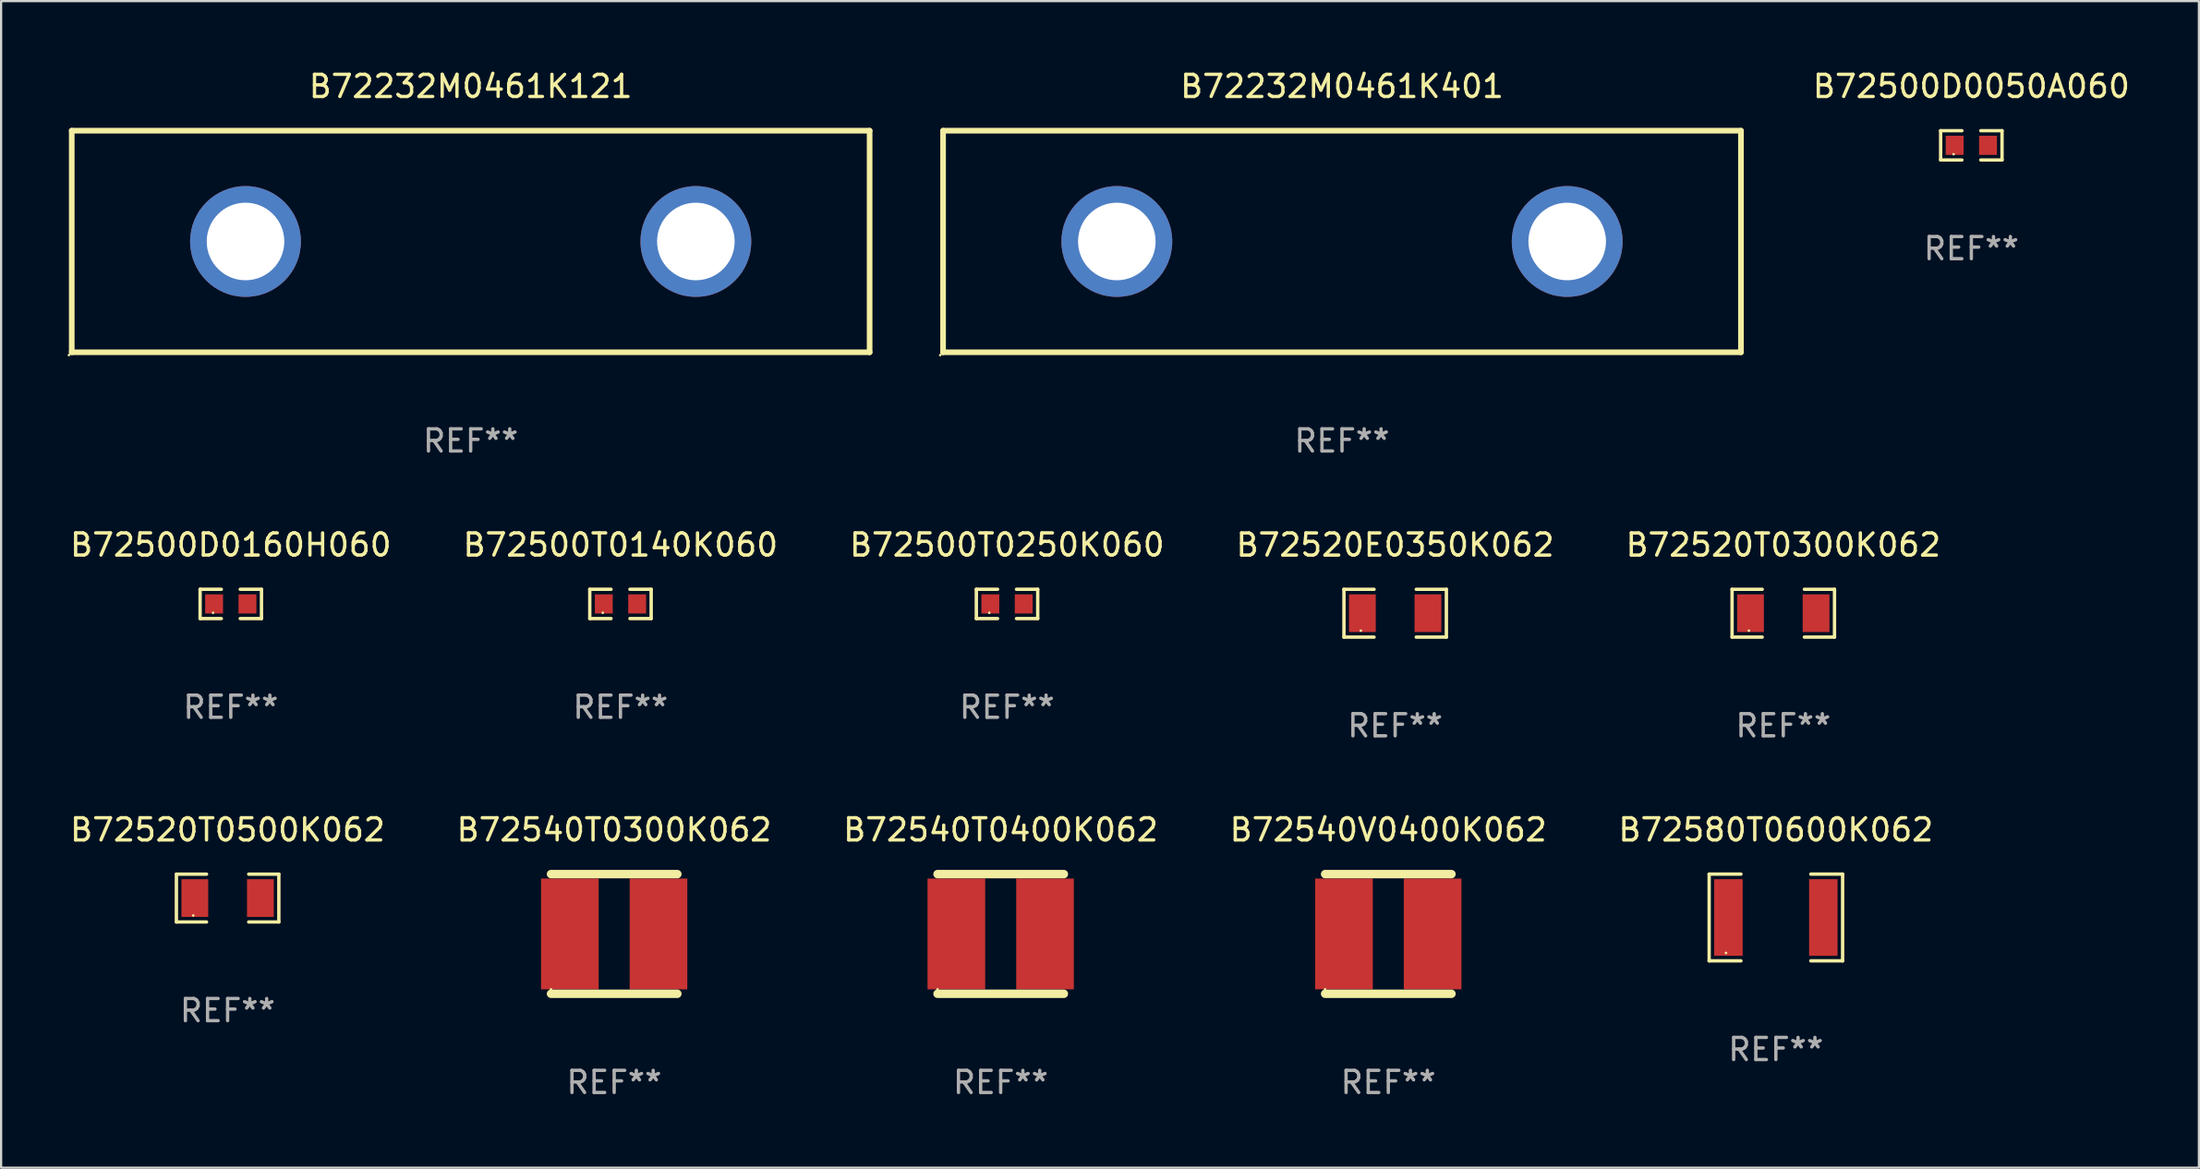
<source format=kicad_pcb>
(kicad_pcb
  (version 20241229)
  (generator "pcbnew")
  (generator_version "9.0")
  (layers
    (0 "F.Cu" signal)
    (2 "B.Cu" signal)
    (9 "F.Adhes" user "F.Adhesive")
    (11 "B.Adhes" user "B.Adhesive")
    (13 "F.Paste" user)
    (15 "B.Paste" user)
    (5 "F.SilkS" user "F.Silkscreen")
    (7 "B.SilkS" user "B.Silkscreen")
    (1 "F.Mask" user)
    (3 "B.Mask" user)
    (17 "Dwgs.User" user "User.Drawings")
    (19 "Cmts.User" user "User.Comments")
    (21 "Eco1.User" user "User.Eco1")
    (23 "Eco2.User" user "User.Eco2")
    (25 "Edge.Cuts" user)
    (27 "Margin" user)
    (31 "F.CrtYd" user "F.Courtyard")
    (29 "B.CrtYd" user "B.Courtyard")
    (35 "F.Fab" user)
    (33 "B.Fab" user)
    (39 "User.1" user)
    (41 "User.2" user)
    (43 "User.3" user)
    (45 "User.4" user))
  (footprint "B72500T0250K060"
    (layer "F.Cu")
    (at 42.387 24.205)
    (property "Reference" "B72500T0250K060" (at 0 -2.661 0) (layer "F.SilkS") (effects (font (size 1 1) (thickness 0.15))))
    (attr through_hole)
    (fp_line (start -1.385 -0.661) (end -0.426 -0.661) (stroke (width 0.152) (type solid)) (layer "F.SilkS"))
    (fp_line (start -1.385 0.661) (end -1.385 -0.661) (stroke (width 0.152) (type solid)) (layer "F.SilkS"))
    (fp_line (start -0.426 0.661) (end -1.385 0.661) (stroke (width 0.152) (type solid)) (layer "F.SilkS"))
    (fp_line (start 0.426 0.661) (end 1.385 0.661) (stroke (width 0.152) (type solid)) (layer "F.SilkS"))
    (fp_line (start 1.385 -0.661) (end 0.426 -0.661) (stroke (width 0.152) (type solid)) (layer "F.SilkS"))
    (fp_line (start 1.385 0.661) (end 1.385 -0.661) (stroke (width 0.152) (type solid)) (layer "F.SilkS"))
    (fp_circle (center -0.8 0.4) (end -0.77 0.4) (stroke (width 0.06) (type solid)) (fill no) (layer "F.SilkS"))
    (fp_text user "REF**" (at 0 4.661 0) (layer "F.Fab") (effects (font (size 1 1) (thickness 0.15))))
    (pad "1" smd rect (at -0.753 0) (size 0.806 0.864) (layers "F.Cu" "F.Mask" "F.Paste"))
    (pad "2" smd rect (at 0.753 0) (size 0.806 0.864) (layers "F.Cu" "F.Mask" "F.Paste")))
  (footprint "B72520E0350K062"
    (layer "F.Cu")
    (at 59.899 24.624)
    (property "Reference" "B72520E0350K062" (at 0 -3.079 0) (layer "F.SilkS") (effects (font (size 1 1) (thickness 0.15))))
    (attr through_hole)
    (fp_line (start -2.311 -1.079) (end -0.951 -1.079) (stroke (width 0.152) (type solid)) (layer "F.SilkS"))
    (fp_line (start -2.311 1.079) (end -2.311 -1.079) (stroke (width 0.152) (type solid)) (layer "F.SilkS"))
    (fp_line (start -0.951 1.079) (end -2.311 1.079) (stroke (width 0.152) (type solid)) (layer "F.SilkS"))
    (fp_line (start 0.951 1.079) (end 2.311 1.079) (stroke (width 0.152) (type solid)) (layer "F.SilkS"))
    (fp_line (start 2.311 -1.079) (end 0.951 -1.079) (stroke (width 0.152) (type solid)) (layer "F.SilkS"))
    (fp_line (start 2.311 1.079) (end 2.311 -1.079) (stroke (width 0.152) (type solid)) (layer "F.SilkS"))
    (fp_circle (center -1.55 0.787) (end -1.52 0.787) (stroke (width 0.06) (type solid)) (fill no) (layer "F.SilkS"))
    (fp_text user "REF**" (at 0 5.079 0) (layer "F.Fab") (effects (font (size 1 1) (thickness 0.15))))
    (pad "1" smd rect (at -1.479 0) (size 1.208 1.701) (layers "F.Cu" "F.Mask" "F.Paste"))
    (pad "2" smd rect (at 1.479 0) (size 1.208 1.701) (layers "F.Cu" "F.Mask" "F.Paste")))
  (footprint "B72232M0461K121"
    (layer "F.Cu")
    (at 18.187 7.848)
    (property "Reference" "B72232M0461K121" (at 0 -7 0) (layer "F.SilkS") (effects (font (size 1 1) (thickness 0.15))))
    (attr through_hole)
    (fp_line (start -18 -5) (end 18 -5) (stroke (width 0.254) (type solid)) (layer "F.SilkS"))
    (fp_line (start -18 5) (end -18 -5) (stroke (width 0.254) (type solid)) (layer "F.SilkS"))
    (fp_line (start 18 -5) (end 18 5) (stroke (width 0.254) (type solid)) (layer "F.SilkS"))
    (fp_line (start 18 5) (end -18 5) (stroke (width 0.254) (type solid)) (layer "F.SilkS"))
    (fp_circle (center -18.127 5.127) (end -18.097 5.127) (stroke (width 0.06) (type solid)) (fill no) (layer "F.SilkS"))
    (fp_text user "REF**" (at 0 9 0) (layer "F.Fab") (effects (font (size 1 1) (thickness 0.15))))
    (pad "1" thru_hole circle (at -10.16 0) (size 5 5) (drill 3.5) (layers "*.Cu" "*.Mask"))
    (pad "2" thru_hole circle (at 10.16 0) (size 5 5) (drill 3.5) (layers "*.Cu" "*.Mask")))
  (footprint "B72540V0400K062"
    (layer "F.Cu")
    (at 59.589 39.099)
    (property "Reference" "B72540V0400K062" (at 0 -4.7 0) (layer "F.SilkS") (effects (font (size 1 1) (thickness 0.15))))
    (attr through_hole)
    (fp_line (start -2.85 -2.7) (end 2.85 -2.7) (stroke (width 0.381) (type solid)) (layer "F.SilkS"))
    (fp_line (start 2.85 2.7) (end -2.85 2.7) (stroke (width 0.381) (type solid)) (layer "F.SilkS"))
    (fp_circle (center -2.85 2.5) (end -2.82 2.5) (stroke (width 0.06) (type solid)) (fill no) (layer "F.SilkS"))
    (fp_text user "REF**" (at 0 6.7 0) (layer "F.Fab") (effects (font (size 1 1) (thickness 0.15))))
    (pad "1" smd rect (at -2 0) (size 2.601 5) (layers "F.Cu" "F.Mask" "F.Paste"))
    (pad "2" smd rect (at 2 0) (size 2.601 5) (layers "F.Cu" "F.Mask" "F.Paste")))
  (footprint "B72580T0600K062"
    (layer "F.Cu")
    (at 77.077 38.356)
    (property "Reference" "B72580T0600K062" (at 0 -3.957 0) (layer "F.SilkS") (effects (font (size 1 1) (thickness 0.15))))
    (attr through_hole)
    (fp_line (start -3.011 -1.957) (end -1.576 -1.957) (stroke (width 0.152) (type solid)) (layer "F.SilkS"))
    (fp_line (start -3.011 1.957) (end -3.011 -1.957) (stroke (width 0.152) (type solid)) (layer "F.SilkS"))
    (fp_line (start -1.576 1.957) (end -3.011 1.957) (stroke (width 0.152) (type solid)) (layer "F.SilkS"))
    (fp_line (start 1.576 1.957) (end 3.011 1.957) (stroke (width 0.152) (type solid)) (layer "F.SilkS"))
    (fp_line (start 3.011 -1.957) (end 1.576 -1.957) (stroke (width 0.152) (type solid)) (layer "F.SilkS"))
    (fp_line (start 3.011 1.957) (end 3.011 -1.957) (stroke (width 0.152) (type solid)) (layer "F.SilkS"))
    (fp_circle (center -2.25 1.6) (end -2.22 1.6) (stroke (width 0.06) (type solid)) (fill no) (layer "F.SilkS"))
    (fp_text user "REF**" (at 0 5.957 0) (layer "F.Fab") (effects (font (size 1 1) (thickness 0.15))))
    (pad "1" smd rect (at -2.141 0) (size 1.283 3.456) (layers "F.Cu" "F.Mask" "F.Paste"))
    (pad "2" smd rect (at 2.141 0) (size 1.283 3.456) (layers "F.Cu" "F.Mask" "F.Paste")))
  (footprint "B72232M0461K401"
    (layer "F.Cu")
    (at 57.501 7.848)
    (property "Reference" "B72232M0461K401" (at 0 -7 0) (layer "F.SilkS") (effects (font (size 1 1) (thickness 0.15))))
    (attr through_hole)
    (fp_line (start -18 -5) (end 18 -5) (stroke (width 0.254) (type solid)) (layer "F.SilkS"))
    (fp_line (start -18 5) (end -18 -5) (stroke (width 0.254) (type solid)) (layer "F.SilkS"))
    (fp_line (start 18 -5) (end 18 5) (stroke (width 0.254) (type solid)) (layer "F.SilkS"))
    (fp_line (start 18 5) (end -18 5) (stroke (width 0.254) (type solid)) (layer "F.SilkS"))
    (fp_circle (center -18.127 5.127) (end -18.097 5.127) (stroke (width 0.06) (type solid)) (fill no) (layer "F.SilkS"))
    (fp_text user "REF**" (at 0 9 0) (layer "F.Fab") (effects (font (size 1 1) (thickness 0.15))))
    (pad "1" thru_hole circle (at -10.16 0) (size 5 5) (drill 3.5) (layers "*.Cu" "*.Mask"))
    (pad "2" thru_hole circle (at 10.16 0) (size 5 5) (drill 3.5) (layers "*.Cu" "*.Mask")))
  (footprint "B72500D0160H060"
    (layer "F.Cu")
    (at 7.363 24.205)
    (property "Reference" "B72500D0160H060" (at 0 -2.661 0) (layer "F.SilkS") (effects (font (size 1 1) (thickness 0.15))))
    (attr through_hole)
    (fp_line (start -1.385 -0.661) (end -0.426 -0.661) (stroke (width 0.152) (type solid)) (layer "F.SilkS"))
    (fp_line (start -1.385 0.661) (end -1.385 -0.661) (stroke (width 0.152) (type solid)) (layer "F.SilkS"))
    (fp_line (start -0.426 0.661) (end -1.385 0.661) (stroke (width 0.152) (type solid)) (layer "F.SilkS"))
    (fp_line (start 0.426 0.661) (end 1.385 0.661) (stroke (width 0.152) (type solid)) (layer "F.SilkS"))
    (fp_line (start 1.385 -0.661) (end 0.426 -0.661) (stroke (width 0.152) (type solid)) (layer "F.SilkS"))
    (fp_line (start 1.385 0.661) (end 1.385 -0.661) (stroke (width 0.152) (type solid)) (layer "F.SilkS"))
    (fp_circle (center -0.8 0.4) (end -0.77 0.4) (stroke (width 0.06) (type solid)) (fill no) (layer "F.SilkS"))
    (fp_text user "REF**" (at 0 4.661 0) (layer "F.Fab") (effects (font (size 1 1) (thickness 0.15))))
    (pad "1" smd rect (at -0.753 0) (size 0.806 0.864) (layers "F.Cu" "F.Mask" "F.Paste"))
    (pad "2" smd rect (at 0.753 0) (size 0.806 0.864) (layers "F.Cu" "F.Mask" "F.Paste")))
  (footprint "B72520T0500K062"
    (layer "F.Cu")
    (at 7.22 37.479)
    (property "Reference" "B72520T0500K062" (at 0 -3.079 0) (layer "F.SilkS") (effects (font (size 1 1) (thickness 0.15))))
    (attr through_hole)
    (fp_line (start -2.311 -1.079) (end -0.951 -1.079) (stroke (width 0.152) (type solid)) (layer "F.SilkS"))
    (fp_line (start -2.311 1.079) (end -2.311 -1.079) (stroke (width 0.152) (type solid)) (layer "F.SilkS"))
    (fp_line (start -0.951 1.079) (end -2.311 1.079) (stroke (width 0.152) (type solid)) (layer "F.SilkS"))
    (fp_line (start 0.951 1.079) (end 2.311 1.079) (stroke (width 0.152) (type solid)) (layer "F.SilkS"))
    (fp_line (start 2.311 -1.079) (end 0.951 -1.079) (stroke (width 0.152) (type solid)) (layer "F.SilkS"))
    (fp_line (start 2.311 1.079) (end 2.311 -1.079) (stroke (width 0.152) (type solid)) (layer "F.SilkS"))
    (fp_circle (center -1.55 0.787) (end -1.52 0.787) (stroke (width 0.06) (type solid)) (fill no) (layer "F.SilkS"))
    (fp_text user "REF**" (at 0 5.079 0) (layer "F.Fab") (effects (font (size 1 1) (thickness 0.15))))
    (pad "1" smd rect (at -1.479 0) (size 1.208 1.701) (layers "F.Cu" "F.Mask" "F.Paste"))
    (pad "2" smd rect (at 1.479 0) (size 1.208 1.701) (layers "F.Cu" "F.Mask" "F.Paste")))
  (footprint "B72500D0050A060"
    (layer "F.Cu")
    (at 85.896 3.509)
    (property "Reference" "B72500D0050A060" (at 0 -2.661 0) (layer "F.SilkS") (effects (font (size 1 1) (thickness 0.15))))
    (attr through_hole)
    (fp_line (start -1.385 -0.661) (end -0.426 -0.661) (stroke (width 0.152) (type solid)) (layer "F.SilkS"))
    (fp_line (start -1.385 0.661) (end -1.385 -0.661) (stroke (width 0.152) (type solid)) (layer "F.SilkS"))
    (fp_line (start -0.426 0.661) (end -1.385 0.661) (stroke (width 0.152) (type solid)) (layer "F.SilkS"))
    (fp_line (start 0.426 0.661) (end 1.385 0.661) (stroke (width 0.152) (type solid)) (layer "F.SilkS"))
    (fp_line (start 1.385 -0.661) (end 0.426 -0.661) (stroke (width 0.152) (type solid)) (layer "F.SilkS"))
    (fp_line (start 1.385 0.661) (end 1.385 -0.661) (stroke (width 0.152) (type solid)) (layer "F.SilkS"))
    (fp_circle (center -0.8 0.4) (end -0.77 0.4) (stroke (width 0.06) (type solid)) (fill no) (layer "F.SilkS"))
    (fp_text user "REF**" (at 0 4.661 0) (layer "F.Fab") (effects (font (size 1 1) (thickness 0.15))))
    (pad "1" smd rect (at -0.753 0) (size 0.806 0.864) (layers "F.Cu" "F.Mask" "F.Paste"))
    (pad "2" smd rect (at 0.753 0) (size 0.806 0.864) (layers "F.Cu" "F.Mask" "F.Paste")))
  (footprint "B72500T0140K060"
    (layer "F.Cu")
    (at 24.946 24.205)
    (property "Reference" "B72500T0140K060" (at 0 -2.661 0) (layer "F.SilkS") (effects (font (size 1 1) (thickness 0.15))))
    (attr through_hole)
    (fp_line (start -1.385 -0.661) (end -0.426 -0.661) (stroke (width 0.152) (type solid)) (layer "F.SilkS"))
    (fp_line (start -1.385 0.661) (end -1.385 -0.661) (stroke (width 0.152) (type solid)) (layer "F.SilkS"))
    (fp_line (start -0.426 0.661) (end -1.385 0.661) (stroke (width 0.152) (type solid)) (layer "F.SilkS"))
    (fp_line (start 0.426 0.661) (end 1.385 0.661) (stroke (width 0.152) (type solid)) (layer "F.SilkS"))
    (fp_line (start 1.385 -0.661) (end 0.426 -0.661) (stroke (width 0.152) (type solid)) (layer "F.SilkS"))
    (fp_line (start 1.385 0.661) (end 1.385 -0.661) (stroke (width 0.152) (type solid)) (layer "F.SilkS"))
    (fp_circle (center -0.8 0.4) (end -0.77 0.4) (stroke (width 0.06) (type solid)) (fill no) (layer "F.SilkS"))
    (fp_text user "REF**" (at 0 4.661 0) (layer "F.Fab") (effects (font (size 1 1) (thickness 0.15))))
    (pad "1" smd rect (at -0.753 0) (size 0.806 0.864) (layers "F.Cu" "F.Mask" "F.Paste"))
    (pad "2" smd rect (at 0.753 0) (size 0.806 0.864) (layers "F.Cu" "F.Mask" "F.Paste")))
  (footprint "B72540T0400K062"
    (layer "F.Cu")
    (at 42.101 39.099)
    (property "Reference" "B72540T0400K062" (at 0 -4.7 0) (layer "F.SilkS") (effects (font (size 1 1) (thickness 0.15))))
    (attr through_hole)
    (fp_line (start -2.85 -2.7) (end 2.85 -2.7) (stroke (width 0.381) (type solid)) (layer "F.SilkS"))
    (fp_line (start 2.85 2.7) (end -2.85 2.7) (stroke (width 0.381) (type solid)) (layer "F.SilkS"))
    (fp_circle (center -2.85 2.5) (end -2.82 2.5) (stroke (width 0.06) (type solid)) (fill no) (layer "F.SilkS"))
    (fp_text user "REF**" (at 0 6.7 0) (layer "F.Fab") (effects (font (size 1 1) (thickness 0.15))))
    (pad "1" smd rect (at -2 0) (size 2.601 5) (layers "F.Cu" "F.Mask" "F.Paste"))
    (pad "2" smd rect (at 2 0) (size 2.601 5) (layers "F.Cu" "F.Mask" "F.Paste")))
  (footprint "B72540T0300K062"
    (layer "F.Cu")
    (at 24.661 39.099)
    (property "Reference" "B72540T0300K062" (at 0 -4.7 0) (layer "F.SilkS") (effects (font (size 1 1) (thickness 0.15))))
    (attr through_hole)
    (fp_line (start -2.85 -2.7) (end 2.85 -2.7) (stroke (width 0.381) (type solid)) (layer "F.SilkS"))
    (fp_line (start 2.85 2.7) (end -2.85 2.7) (stroke (width 0.381) (type solid)) (layer "F.SilkS"))
    (fp_circle (center -2.85 2.5) (end -2.82 2.5) (stroke (width 0.06) (type solid)) (fill no) (layer "F.SilkS"))
    (fp_text user "REF**" (at 0 6.7 0) (layer "F.Fab") (effects (font (size 1 1) (thickness 0.15))))
    (pad "1" smd rect (at -2 0) (size 2.601 5) (layers "F.Cu" "F.Mask" "F.Paste"))
    (pad "2" smd rect (at 2 0) (size 2.601 5) (layers "F.Cu" "F.Mask" "F.Paste")))
  (footprint "B72520T0300K062"
    (layer "F.Cu")
    (at 77.411 24.624)
    (property "Reference" "B72520T0300K062" (at 0 -3.079 0) (layer "F.SilkS") (effects (font (size 1 1) (thickness 0.15))))
    (attr through_hole)
    (fp_line (start -2.311 -1.079) (end -0.951 -1.079) (stroke (width 0.152) (type solid)) (layer "F.SilkS"))
    (fp_line (start -2.311 1.079) (end -2.311 -1.079) (stroke (width 0.152) (type solid)) (layer "F.SilkS"))
    (fp_line (start -0.951 1.079) (end -2.311 1.079) (stroke (width 0.152) (type solid)) (layer "F.SilkS"))
    (fp_line (start 0.951 1.079) (end 2.311 1.079) (stroke (width 0.152) (type solid)) (layer "F.SilkS"))
    (fp_line (start 2.311 -1.079) (end 0.951 -1.079) (stroke (width 0.152) (type solid)) (layer "F.SilkS"))
    (fp_line (start 2.311 1.079) (end 2.311 -1.079) (stroke (width 0.152) (type solid)) (layer "F.SilkS"))
    (fp_circle (center -1.55 0.787) (end -1.52 0.787) (stroke (width 0.06) (type solid)) (fill no) (layer "F.SilkS"))
    (fp_text user "REF**" (at 0 5.079 0) (layer "F.Fab") (effects (font (size 1 1) (thickness 0.15))))
    (pad "1" smd rect (at -1.479 0) (size 1.208 1.701) (layers "F.Cu" "F.Mask" "F.Paste"))
    (pad "2" smd rect (at 1.479 0) (size 1.208 1.701) (layers "F.Cu" "F.Mask" "F.Paste")))
  (gr_rect
    (start -3 -3)
    (end 96.164 49.648)
    (stroke (width 0.1) (type default))
    (fill no)
    (layer "Edge.Cuts")))
</source>
